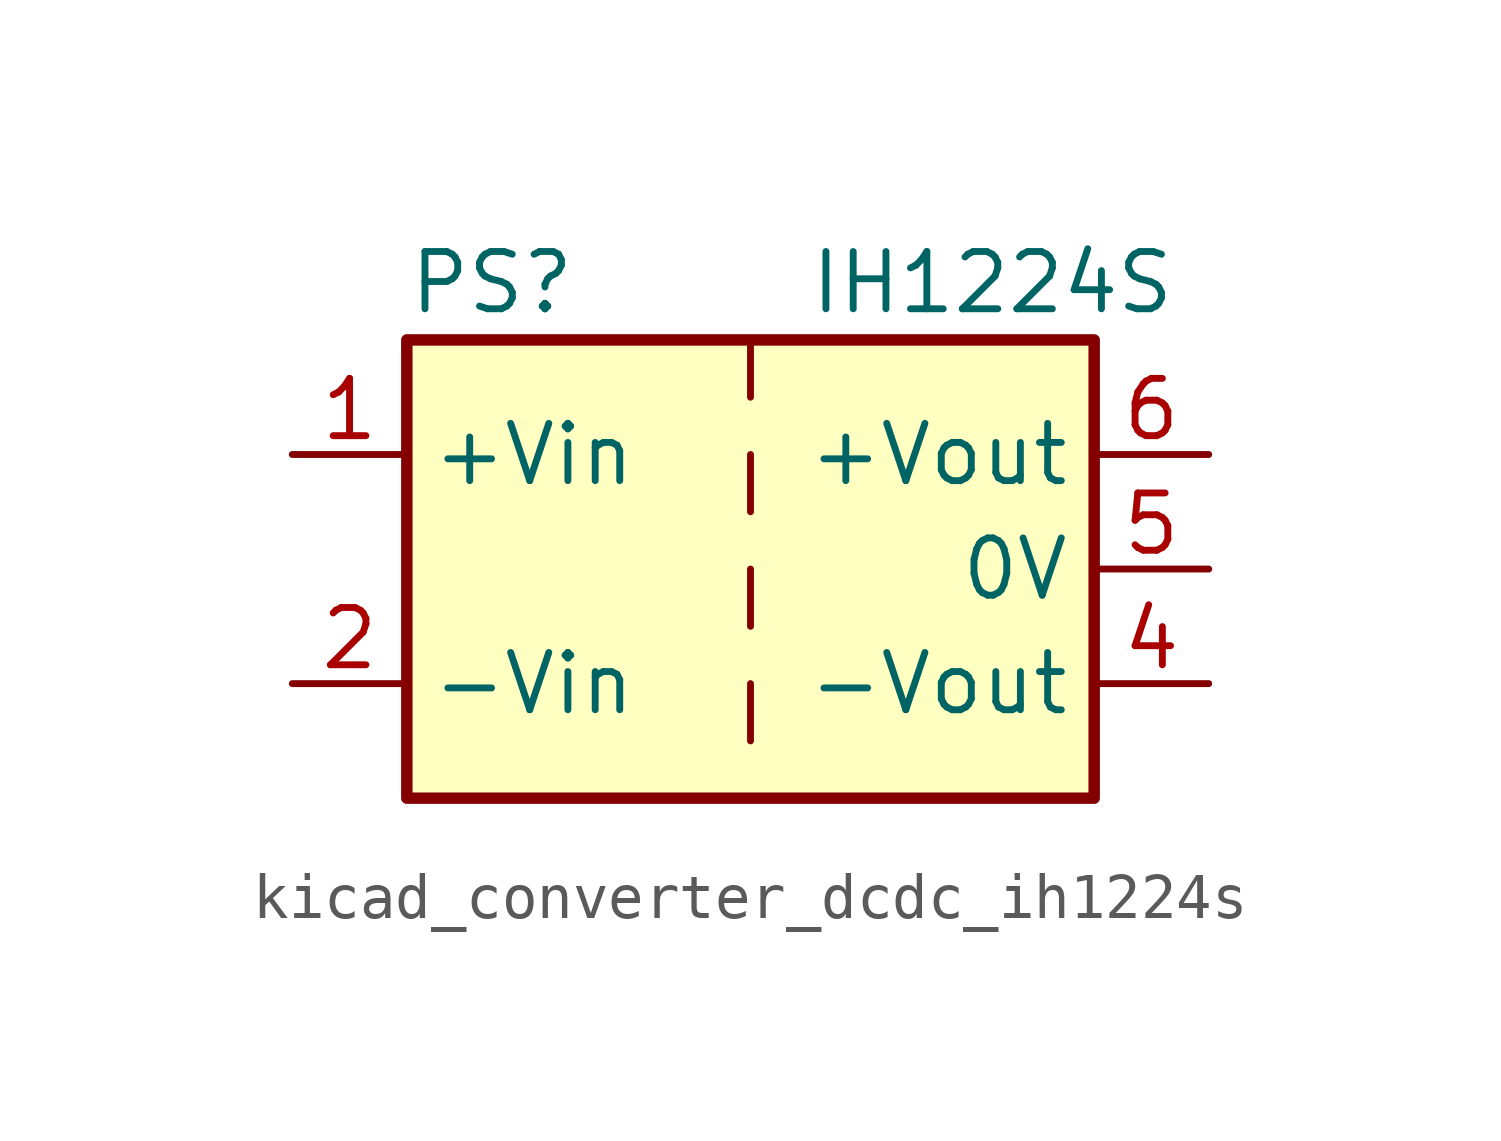
<source format=kicad_sym>
(kicad_symbol_lib
  (version 20220914)
  (generator kicad_symbol_editor)
  (symbol "kicad_converter_dcdc_ih1224s"
    (property "Reference" "PS"
      (at -7.62 6.35 0)
      (effects (font (size 1.27 1.27)) (justify left)))
    (property "Value" "IH1224S"
      (at 1.27 6.35 0)
      (effects (font (size 1.27 1.27)) (justify left)))
    (symbol "kicad_converter_dcdc_ih1224s_0_0"
      (pin power_in line (at -10.16 2.54 0) (length 2.54) (name "+Vin" (effects (font (size 1.27 1.27)))) (number "1" (effects (font (size 1.27 1.27)))))
      (pin power_in line (at -10.16 -2.54 0) (length 2.54) (name "-Vin" (effects (font (size 1.27 1.27)))) (number "2" (effects (font (size 1.27 1.27)))))
      (pin power_out line (at 10.16 -2.54 180) (length 2.54) (name "-Vout" (effects (font (size 1.27 1.27)))) (number "4" (effects (font (size 1.27 1.27)))))
      (pin power_out line (at 10.16 0 180) (length 2.54) (name "0V" (effects (font (size 1.27 1.27)))) (number "5" (effects (font (size 1.27 1.27)))))
      (pin power_out line (at 10.16 2.54 180) (length 2.54) (name "+Vout" (effects (font (size 1.27 1.27)))) (number "6" (effects (font (size 1.27 1.27))))))
    (symbol "kicad_converter_dcdc_ih1224s_0_1"
      (rectangle (start -7.62 5.08) (end 7.62 -5.08) (stroke (width 0.254) (type default)) (fill (type background)))
      (polyline (pts (xy 0 -2.54) (xy 0 -3.81)) (stroke (width 0) (type default)) (fill (type none)))
      (polyline (pts (xy 0 0) (xy 0 -1.27)) (stroke (width 0) (type default)) (fill (type none)))
      (polyline (pts (xy 0 2.54) (xy 0 1.27)) (stroke (width 0) (type default)) (fill (type none)))
      (polyline (pts (xy 0 5.08) (xy 0 3.81)) (stroke (width 0) (type default)) (fill (type none))))))
</source>
